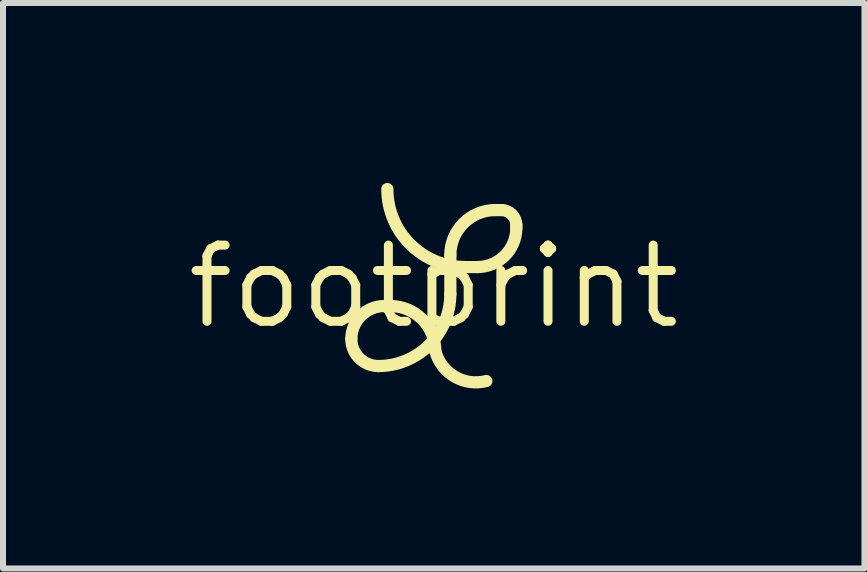
<source format=kicad_pcb>
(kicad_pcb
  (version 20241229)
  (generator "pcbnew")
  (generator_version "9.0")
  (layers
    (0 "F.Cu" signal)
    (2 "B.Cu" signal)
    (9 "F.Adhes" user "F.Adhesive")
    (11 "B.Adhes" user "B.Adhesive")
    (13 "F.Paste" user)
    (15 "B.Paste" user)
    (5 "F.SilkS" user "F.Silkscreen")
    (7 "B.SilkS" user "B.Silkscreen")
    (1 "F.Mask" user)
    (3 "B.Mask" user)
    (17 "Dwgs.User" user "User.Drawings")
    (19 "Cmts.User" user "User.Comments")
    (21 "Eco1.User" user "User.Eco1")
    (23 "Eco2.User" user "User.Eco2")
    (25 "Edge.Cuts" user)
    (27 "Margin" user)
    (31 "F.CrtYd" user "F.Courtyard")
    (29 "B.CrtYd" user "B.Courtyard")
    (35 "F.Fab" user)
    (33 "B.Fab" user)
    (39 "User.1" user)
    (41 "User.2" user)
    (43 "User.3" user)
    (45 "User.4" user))
  (footprint "footprint"
    (layer "F.Cu")
    (at 4.18 1.726)
    (property "Reference" "footprint" (at 0 0 0) (layer "F.SilkS") (effects (font (size 1.27 1.27) (thickness 0.15))))
    (fp_line (start -0.823 0.326) (end -0.723 0.326) (stroke (width 0.203) (type solid)) (layer "F.SilkS"))
    (fp_line (start 0.277 -0.524) (end 0.277 0.126) (stroke (width 0.203) (type solid)) (layer "F.SilkS"))
    (fp_line (start 0.527 -0.324) (end 0.727 -0.324) (stroke (width 0.203) (type solid)) (layer "F.SilkS"))
    (fp_line (start 1.127 -1.274) (end 1.027 -1.274) (stroke (width 0.203) (type solid)) (layer "F.SilkS"))
    (fp_line (start 1.377 -0.974) (end 1.377 -1.024) (stroke (width 0.203) (type solid)) (layer "F.SilkS"))
    (fp_arc (start -1.3732 0.8756) (mid -1.212109 0.486691) (end -0.8232 0.3256) (stroke (width 0.2032) (type solid)) (layer "F.SilkS"))
    (fp_arc (start -0.9232 1.3256) (mid -1.241398 1.193798) (end -1.3732 0.8756) (stroke (width 0.2032) (type solid)) (layer "F.SilkS"))
    (fp_arc (start -0.7232 0.3256) (mid -0.19287 0.54527) (end 0.0268 1.0756) (stroke (width 0.2032) (type solid)) (layer "F.SilkS"))
    (fp_arc (start 0.2768 -0.5244) (mid 0.49647 -1.05473) (end 1.0268 -1.2744) (stroke (width 0.2032) (type solid)) (layer "F.SilkS"))
    (fp_arc (start 0.2768 0.1256) (mid -0.074673 0.974128) (end -0.923201 1.325599) (stroke (width 0.2032) (type solid)) (layer "F.SilkS"))
    (fp_arc (start 0.5268 -0.3244) (mid -0.392439 -0.705161) (end -0.7732 -1.6244) (stroke (width 0.2032) (type solid)) (layer "F.SilkS"))
    (fp_arc (start 0.8768 1.5756) (mid 0.348247 1.501641) (end 0.0268 1.0756) (stroke (width 0.2032) (type solid)) (layer "F.SilkS"))
    (fp_arc (start 1.1268 -1.2744) (mid 1.303577 -1.201177) (end 1.3768 -1.0244) (stroke (width 0.2032) (type solid)) (layer "F.SilkS"))
    (fp_arc (start 1.3768 -0.9744) (mid 1.186419 -0.514781) (end 0.7268 -0.3244) (stroke (width 0.2032) (type solid)) (layer "F.SilkS")))
  (gr_rect
    (start -3 -3)
    (end 11.36 6.426)
    (stroke (width 0.1) (type default))
    (fill no)
    (layer "Edge.Cuts")))
</source>
